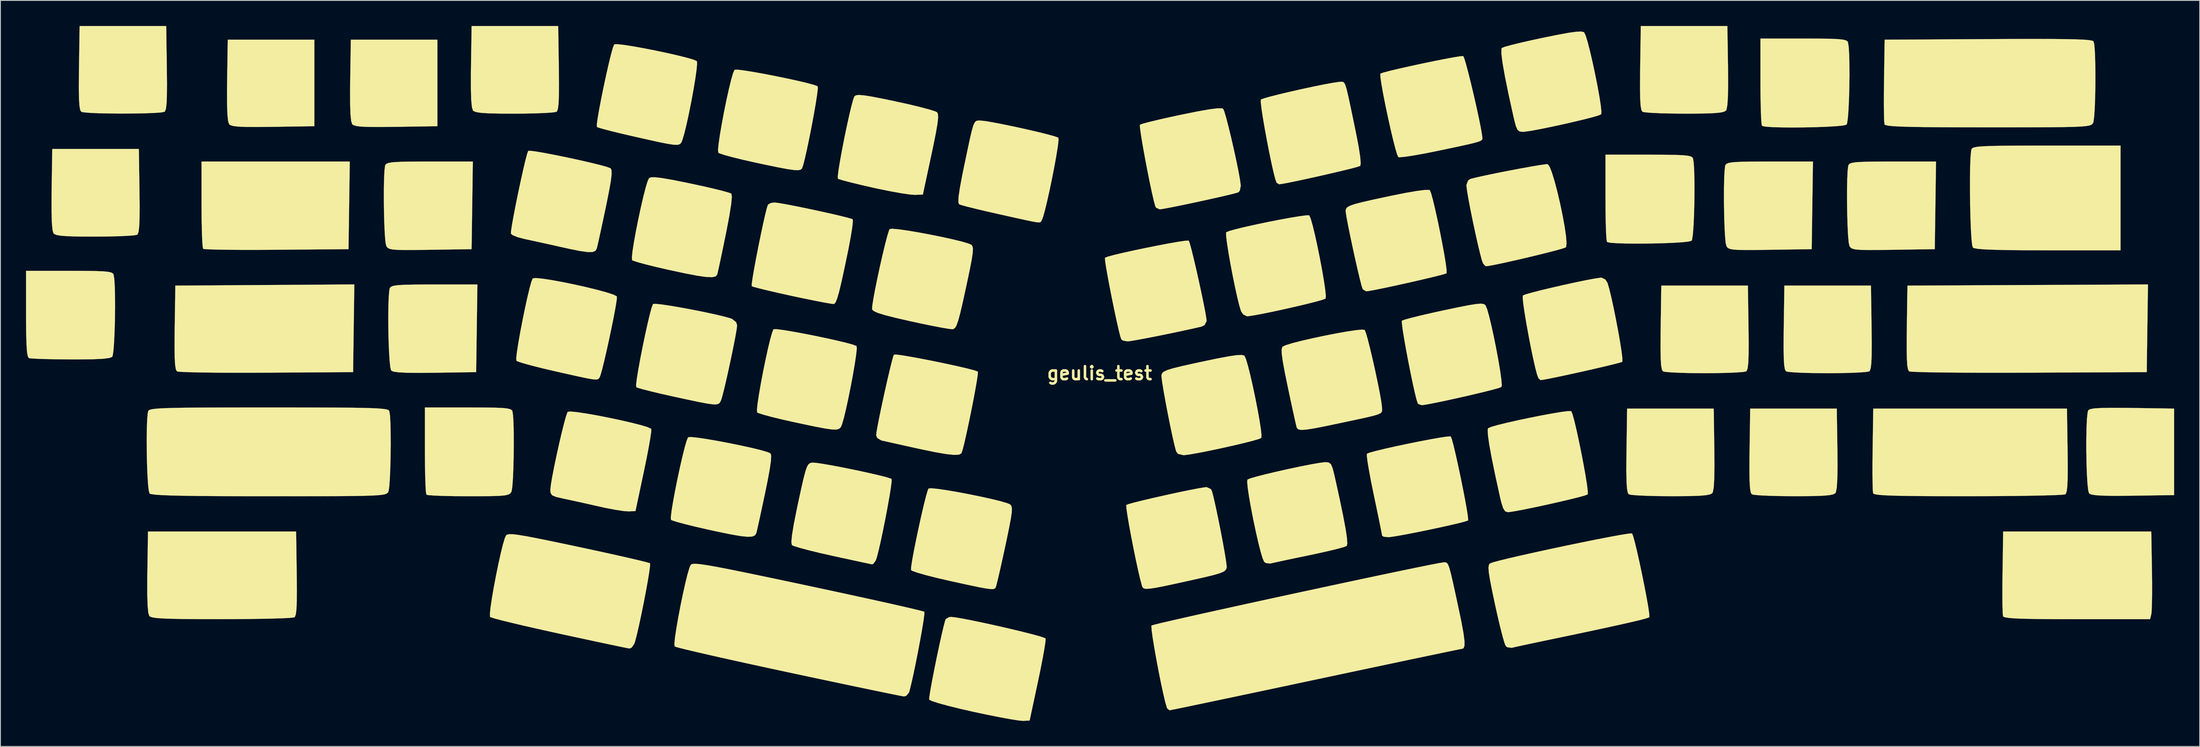
<source format=kicad_pcb>
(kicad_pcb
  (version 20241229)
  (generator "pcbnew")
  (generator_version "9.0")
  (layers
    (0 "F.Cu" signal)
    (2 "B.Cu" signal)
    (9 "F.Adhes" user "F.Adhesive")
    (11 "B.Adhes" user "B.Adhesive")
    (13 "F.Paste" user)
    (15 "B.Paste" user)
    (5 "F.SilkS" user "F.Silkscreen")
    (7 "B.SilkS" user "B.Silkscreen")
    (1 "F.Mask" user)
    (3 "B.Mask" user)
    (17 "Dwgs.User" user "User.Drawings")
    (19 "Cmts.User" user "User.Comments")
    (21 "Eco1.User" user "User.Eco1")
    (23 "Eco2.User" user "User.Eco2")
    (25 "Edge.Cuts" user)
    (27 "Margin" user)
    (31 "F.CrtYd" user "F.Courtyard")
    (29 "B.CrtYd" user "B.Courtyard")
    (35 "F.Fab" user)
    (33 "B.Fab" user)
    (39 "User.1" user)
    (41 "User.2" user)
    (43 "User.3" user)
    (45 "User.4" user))
  (footprint "geulis_test"
    (layer "F.Cu")
    (at 125.936 40.779)
    (property "Reference" "geulis_test" (at 0 0 0) (layer "F.SilkS") (effects (font (size 1.524 1.524) (thickness 0.3))))
    (attr through_hole)
    (fp_poly (pts (xy -92.108 -29.009) (xy -96.95 -28.937) (xy -98.747 -28.917) (xy -100.078 -28.924) (xy -101.014 -28.96) (xy -101.623 -29.031) (xy -101.974 -29.139) (xy -102.103 -29.239) (xy -102.227 -29.612) (xy -102.31 -30.403) (xy -102.351 -31.645) (xy -102.354 -33.372) (xy -102.342 -34.392) (xy -102.268 -39.169) (xy -92.108 -39.169) (xy -92.108 -29.009)) (stroke (width 0.01) (type solid)) (fill yes) (layer "F.SilkS"))
    (fp_poly (pts (xy -77.671 -29.009) (xy -82.512 -28.937) (xy -84.309 -28.917) (xy -85.64 -28.924) (xy -86.576 -28.96) (xy -87.185 -29.031) (xy -87.536 -29.139) (xy -87.666 -29.239) (xy -87.79 -29.612) (xy -87.872 -30.403) (xy -87.913 -31.645) (xy -87.916 -33.372) (xy -87.904 -34.392) (xy -87.831 -39.169) (xy -77.671 -39.169) (xy -77.671 -29.009)) (stroke (width 0.01) (type solid)) (fill yes) (layer "F.SilkS"))
    (fp_poly (pts (xy -88.098 -14.572) (xy -96.539 -14.501) (xy -98.612 -14.489) (xy -100.512 -14.489) (xy -102.174 -14.5) (xy -103.53 -14.521) (xy -104.517 -14.551) (xy -105.069 -14.59) (xy -105.161 -14.612) (xy -105.218 -14.925) (xy -105.268 -15.686) (xy -105.307 -16.809) (xy -105.334 -18.207) (xy -105.343 -19.793) (xy -105.343 -19.83) (xy -105.343 -24.865) (xy -87.953 -24.865) (xy -88.098 -14.572)) (stroke (width 0.01) (type solid)) (fill yes) (layer "F.SilkS"))
    (fp_poly (pts (xy -87.491 -5.284) (xy -87.563 -0.134) (xy -97.723 -0.069) (xy -100.011 -0.06) (xy -102.137 -0.063) (xy -104.04 -0.076) (xy -105.66 -0.098) (xy -106.934 -0.13) (xy -107.804 -0.169) (xy -108.208 -0.216) (xy -108.224 -0.222) (xy -108.349 -0.436) (xy -108.437 -0.928) (xy -108.489 -1.758) (xy -108.509 -2.984) (xy -108.5 -4.666) (xy -108.491 -5.367) (xy -108.418 -10.294) (xy -97.918 -10.364) (xy -87.418 -10.434) (xy -87.491 -5.284)) (stroke (width 0.01) (type solid)) (fill yes) (layer "F.SilkS"))
    (fp_poly (pts (xy 122.928 -5.283) (xy 122.856 -0.134) (xy 109.086 -0.07) (xy 106.416 -0.061) (xy 103.903 -0.061) (xy 101.599 -0.07) (xy 99.557 -0.085) (xy 97.826 -0.107) (xy 96.46 -0.136) (xy 95.508 -0.17) (xy 95.024 -0.209) (xy 94.976 -0.223) (xy 94.851 -0.436) (xy 94.763 -0.928) (xy 94.711 -1.758) (xy 94.691 -2.984) (xy 94.7 -4.665) (xy 94.709 -5.367) (xy 94.782 -10.294) (xy 108.892 -10.363) (xy 123.001 -10.432) (xy 122.928 -5.283)) (stroke (width 0.01) (type solid)) (fill yes) (layer "F.SilkS"))
    (fp_poly (pts (xy 123.467 23.127) (xy 123.484 24.674) (xy 123.482 26.069) (xy 123.463 27.209) (xy 123.429 27.99) (xy 123.395 28.274) (xy 123.247 28.876) (xy 114.688 28.876) (xy 112.215 28.871) (xy 110.232 28.857) (xy 108.69 28.831) (xy 107.545 28.791) (xy 106.751 28.736) (xy 106.26 28.664) (xy 106.027 28.573) (xy 105.997 28.533) (xy 105.958 28.165) (xy 105.932 27.355) (xy 105.92 26.196) (xy 105.923 24.78) (xy 105.938 23.386) (xy 106.012 18.582) (xy 123.391 18.582) (xy 123.467 23.127)) (stroke (width 0.01) (type solid)) (fill yes) (layer "F.SilkS"))
    (fp_poly (pts (xy 120.433 4.062) (xy 121.138 4.071) (xy 126.064 4.144) (xy 126.064 14.304) (xy 121.244 14.377) (xy 119.347 14.394) (xy 117.932 14.378) (xy 116.951 14.327) (xy 116.352 14.238) (xy 116.097 14.123) (xy 115.991 13.758) (xy 115.903 12.967) (xy 115.836 11.859) (xy 115.79 10.541) (xy 115.766 9.122) (xy 115.766 7.711) (xy 115.791 6.416) (xy 115.841 5.345) (xy 115.919 4.607) (xy 115.995 4.339) (xy 116.207 4.213) (xy 116.698 4.125) (xy 117.527 4.073) (xy 118.752 4.053) (xy 120.433 4.062)) (stroke (width 0.01) (type solid)) (fill yes) (layer "F.SilkS"))
    (fp_poly (pts (xy -112.623 -21.409) (xy -112.604 -19.556) (xy -112.614 -18.179) (xy -112.655 -17.218) (xy -112.73 -16.616) (xy -112.842 -16.313) (xy -112.89 -16.266) (xy -113.259 -16.195) (xy -114.068 -16.133) (xy -115.221 -16.085) (xy -116.623 -16.055) (xy -117.81 -16.046) (xy -119.578 -16.054) (xy -120.878 -16.085) (xy -121.778 -16.144) (xy -122.346 -16.235) (xy -122.647 -16.365) (xy -122.696 -16.411) (xy -122.819 -16.8) (xy -122.9 -17.635) (xy -122.94 -18.942) (xy -122.939 -20.746) (xy -122.929 -21.558) (xy -122.856 -26.336) (xy -112.696 -26.336) (xy -112.623 -21.409)) (stroke (width 0.01) (type solid)) (fill yes) (layer "F.SilkS"))
    (fp_poly (pts (xy -109.414 -35.847) (xy -109.396 -33.994) (xy -109.406 -32.617) (xy -109.446 -31.656) (xy -109.521 -31.054) (xy -109.633 -30.75) (xy -109.682 -30.704) (xy -110.067 -30.626) (xy -110.878 -30.566) (xy -112.003 -30.524) (xy -113.333 -30.5) (xy -114.759 -30.493) (xy -116.169 -30.504) (xy -117.456 -30.533) (xy -118.508 -30.58) (xy -119.216 -30.645) (xy -119.453 -30.704) (xy -119.579 -30.917) (xy -119.666 -31.408) (xy -119.719 -32.237) (xy -119.739 -33.462) (xy -119.73 -35.142) (xy -119.72 -35.847) (xy -119.647 -40.774) (xy -109.487 -40.774) (xy -109.414 -35.847)) (stroke (width 0.01) (type solid)) (fill yes) (layer "F.SilkS"))
    (fp_poly (pts (xy -63.427 -35.847) (xy -63.409 -33.994) (xy -63.418 -32.617) (xy -63.459 -31.656) (xy -63.534 -31.054) (xy -63.646 -30.75) (xy -63.694 -30.704) (xy -64.064 -30.633) (xy -64.872 -30.571) (xy -66.025 -30.523) (xy -67.427 -30.492) (xy -68.614 -30.484) (xy -70.382 -30.492) (xy -71.682 -30.523) (xy -72.582 -30.582) (xy -73.15 -30.673) (xy -73.452 -30.803) (xy -73.5 -30.849) (xy -73.623 -31.238) (xy -73.704 -32.073) (xy -73.744 -33.38) (xy -73.743 -35.184) (xy -73.733 -35.996) (xy -73.66 -40.774) (xy -63.5 -40.774) (xy -63.427 -35.847)) (stroke (width 0.01) (type solid)) (fill yes) (layer "F.SilkS"))
    (fp_poly (pts (xy 72.129 8.922) (xy 72.144 10.92) (xy 72.12 12.411) (xy 72.054 13.42) (xy 71.947 13.973) (xy 71.896 14.069) (xy 71.66 14.21) (xy 71.178 14.313) (xy 70.383 14.381) (xy 69.208 14.419) (xy 67.586 14.434) (xy 67.01 14.434) (xy 65.482 14.42) (xy 64.129 14.386) (xy 63.047 14.334) (xy 62.331 14.269) (xy 62.09 14.214) (xy 61.964 14.001) (xy 61.877 13.51) (xy 61.825 12.681) (xy 61.804 11.456) (xy 61.813 9.776) (xy 61.823 9.071) (xy 61.896 4.144) (xy 72.056 4.144) (xy 72.129 8.922)) (stroke (width 0.01) (type solid)) (fill yes) (layer "F.SilkS"))
    (fp_poly (pts (xy 73.733 -35.996) (xy 73.748 -33.998) (xy 73.724 -32.507) (xy 73.659 -31.498) (xy 73.551 -30.945) (xy 73.5 -30.849) (xy 73.264 -30.707) (xy 72.782 -30.605) (xy 71.988 -30.537) (xy 70.813 -30.499) (xy 69.19 -30.484) (xy 68.614 -30.484) (xy 67.086 -30.498) (xy 65.733 -30.532) (xy 64.651 -30.584) (xy 63.936 -30.649) (xy 63.694 -30.704) (xy 63.569 -30.917) (xy 63.481 -31.408) (xy 63.429 -32.237) (xy 63.409 -33.462) (xy 63.418 -35.142) (xy 63.427 -35.847) (xy 63.5 -40.774) (xy 73.66 -40.774) (xy 73.733 -35.996)) (stroke (width 0.01) (type solid)) (fill yes) (layer "F.SilkS"))
    (fp_poly (pts (xy 76.139 -5.367) (xy 76.158 -3.514) (xy 76.148 -2.137) (xy 76.107 -1.176) (xy 76.032 -0.574) (xy 75.92 -0.27) (xy 75.872 -0.224) (xy 75.502 -0.153) (xy 74.694 -0.091) (xy 73.542 -0.044) (xy 72.142 -0.015) (xy 70.986 -0.008) (xy 69.464 -0.02) (xy 68.117 -0.054) (xy 67.041 -0.105) (xy 66.333 -0.17) (xy 66.101 -0.224) (xy 65.975 -0.437) (xy 65.887 -0.928) (xy 65.835 -1.757) (xy 65.815 -2.982) (xy 65.824 -4.662) (xy 65.833 -5.367) (xy 65.906 -10.294) (xy 76.066 -10.294) (xy 76.139 -5.367)) (stroke (width 0.01) (type solid)) (fill yes) (layer "F.SilkS"))
    (fp_poly (pts (xy 86.567 8.922) (xy 86.582 10.92) (xy 86.558 12.411) (xy 86.492 13.42) (xy 86.385 13.973) (xy 86.334 14.069) (xy 86.098 14.21) (xy 85.616 14.313) (xy 84.821 14.381) (xy 83.646 14.419) (xy 82.024 14.434) (xy 81.448 14.434) (xy 79.919 14.42) (xy 78.567 14.386) (xy 77.485 14.334) (xy 76.769 14.269) (xy 76.528 14.214) (xy 76.402 14.001) (xy 76.315 13.51) (xy 76.263 12.681) (xy 76.242 11.456) (xy 76.251 9.776) (xy 76.261 9.071) (xy 76.334 4.144) (xy 86.494 4.144) (xy 86.567 8.922)) (stroke (width 0.01) (type solid)) (fill yes) (layer "F.SilkS"))
    (fp_poly (pts (xy 90.577 -5.367) (xy 90.596 -3.514) (xy 90.586 -2.137) (xy 90.545 -1.176) (xy 90.47 -0.574) (xy 90.358 -0.27) (xy 90.31 -0.224) (xy 89.94 -0.153) (xy 89.132 -0.091) (xy 87.98 -0.044) (xy 86.58 -0.015) (xy 85.424 -0.008) (xy 83.902 -0.02) (xy 82.555 -0.054) (xy 81.479 -0.105) (xy 80.771 -0.17) (xy 80.539 -0.224) (xy 80.413 -0.437) (xy 80.325 -0.928) (xy 80.273 -1.757) (xy 80.253 -2.982) (xy 80.262 -4.662) (xy 80.271 -5.367) (xy 80.344 -10.294) (xy 90.504 -10.294) (xy 90.577 -5.367)) (stroke (width 0.01) (type solid)) (fill yes) (layer "F.SilkS"))
    (fp_poly (pts (xy -73.053 -5.281) (xy -73.125 -0.134) (xy -77.945 -0.061) (xy -79.843 -0.044) (xy -81.257 -0.06) (xy -82.238 -0.111) (xy -82.838 -0.2) (xy -83.092 -0.315) (xy -83.193 -0.672) (xy -83.279 -1.455) (xy -83.349 -2.557) (xy -83.399 -3.868) (xy -83.43 -5.28) (xy -83.438 -6.685) (xy -83.421 -7.975) (xy -83.379 -9.042) (xy -83.309 -9.776) (xy -83.257 -10.004) (xy -83.137 -10.154) (xy -82.863 -10.264) (xy -82.364 -10.341) (xy -81.57 -10.39) (xy -80.41 -10.416) (xy -78.814 -10.427) (xy -78.037 -10.427) (xy -72.98 -10.427) (xy -73.053 -5.281)) (stroke (width 0.01) (type solid)) (fill yes) (layer "F.SilkS"))
    (fp_poly (pts (xy 83.553 -14.572) (xy 78.686 -14.499) (xy 76.958 -14.476) (xy 75.688 -14.472) (xy 74.8 -14.492) (xy 74.217 -14.544) (xy 73.862 -14.635) (xy 73.66 -14.771) (xy 73.539 -14.949) (xy 73.45 -15.377) (xy 73.376 -16.226) (xy 73.318 -17.381) (xy 73.278 -18.729) (xy 73.258 -20.155) (xy 73.258 -21.545) (xy 73.281 -22.786) (xy 73.327 -23.762) (xy 73.398 -24.361) (xy 73.421 -24.442) (xy 73.541 -24.592) (xy 73.815 -24.702) (xy 74.314 -24.779) (xy 75.108 -24.828) (xy 76.268 -24.854) (xy 77.864 -24.865) (xy 78.641 -24.865) (xy 83.698 -24.865) (xy 83.553 -14.572)) (stroke (width 0.01) (type solid)) (fill yes) (layer "F.SilkS"))
    (fp_poly (pts (xy 97.991 -14.572) (xy 93.124 -14.499) (xy 91.396 -14.476) (xy 90.126 -14.472) (xy 89.238 -14.492) (xy 88.655 -14.544) (xy 88.3 -14.635) (xy 88.098 -14.771) (xy 87.977 -14.949) (xy 87.888 -15.377) (xy 87.813 -16.226) (xy 87.756 -17.381) (xy 87.716 -18.729) (xy 87.696 -20.155) (xy 87.696 -21.545) (xy 87.719 -22.786) (xy 87.765 -23.762) (xy 87.836 -24.361) (xy 87.859 -24.442) (xy 87.979 -24.592) (xy 88.253 -24.702) (xy 88.752 -24.779) (xy 89.546 -24.828) (xy 90.706 -24.854) (xy 92.302 -24.865) (xy 93.079 -24.865) (xy 98.136 -24.865) (xy 97.991 -14.572)) (stroke (width 0.01) (type solid)) (fill yes) (layer "F.SilkS"))
    (fp_poly (pts (xy -73.587 -19.718) (xy -73.66 -14.572) (xy -78.527 -14.499) (xy -80.255 -14.476) (xy -81.525 -14.472) (xy -82.413 -14.492) (xy -82.996 -14.544) (xy -83.35 -14.635) (xy -83.552 -14.771) (xy -83.674 -14.949) (xy -83.763 -15.377) (xy -83.837 -16.226) (xy -83.895 -17.381) (xy -83.934 -18.729) (xy -83.955 -20.155) (xy -83.954 -21.545) (xy -83.932 -22.786) (xy -83.886 -23.762) (xy -83.815 -24.361) (xy -83.791 -24.442) (xy -83.672 -24.592) (xy -83.398 -24.702) (xy -82.899 -24.779) (xy -82.105 -24.828) (xy -80.945 -24.854) (xy -79.349 -24.865) (xy -78.572 -24.865) (xy -73.515 -24.865) (xy -73.587 -19.718)) (stroke (width 0.01) (type solid)) (fill yes) (layer "F.SilkS"))
    (fp_poly (pts (xy -94.174 23.509) (xy -94.156 25.362) (xy -94.166 26.739) (xy -94.206 27.7) (xy -94.281 28.302) (xy -94.393 28.605) (xy -94.442 28.652) (xy -94.785 28.706) (xy -95.596 28.755) (xy -96.804 28.798) (xy -98.342 28.832) (xy -100.141 28.857) (xy -102.134 28.87) (xy -102.971 28.872) (xy -105.362 28.869) (xy -107.271 28.856) (xy -108.749 28.831) (xy -109.849 28.792) (xy -110.621 28.736) (xy -111.119 28.661) (xy -111.394 28.565) (xy -111.466 28.507) (xy -111.59 28.118) (xy -111.67 27.283) (xy -111.71 25.976) (xy -111.71 24.172) (xy -111.699 23.36) (xy -111.626 18.582) (xy -94.247 18.582) (xy -94.174 23.509)) (stroke (width 0.01) (type solid)) (fill yes) (layer "F.SilkS"))
    (fp_poly (pts (xy 119.781 -14.438) (xy 111.279 -14.438) (xy 108.712 -14.444) (xy 106.643 -14.463) (xy 105.032 -14.496) (xy 103.844 -14.545) (xy 103.04 -14.611) (xy 102.583 -14.695) (xy 102.456 -14.759) (xy 102.365 -15.105) (xy 102.287 -15.889) (xy 102.221 -17.01) (xy 102.171 -18.371) (xy 102.136 -19.874) (xy 102.118 -21.421) (xy 102.119 -22.912) (xy 102.139 -24.251) (xy 102.181 -25.339) (xy 102.246 -26.077) (xy 102.297 -26.314) (xy 102.392 -26.431) (xy 102.611 -26.525) (xy 103.01 -26.598) (xy 103.642 -26.652) (xy 104.56 -26.69) (xy 105.818 -26.715) (xy 107.47 -26.73) (xy 109.57 -26.736) (xy 111.12 -26.737) (xy 119.781 -26.737) (xy 119.781 -14.438)) (stroke (width 0.01) (type solid)) (fill yes) (layer "F.SilkS"))
    (fp_poly (pts (xy 113.571 9.071) (xy 113.589 10.924) (xy 113.58 12.301) (xy 113.539 13.262) (xy 113.464 13.864) (xy 113.352 14.167) (xy 113.304 14.214) (xy 112.97 14.26) (xy 112.16 14.304) (xy 110.932 14.343) (xy 109.343 14.376) (xy 107.451 14.403) (xy 105.314 14.422) (xy 102.991 14.432) (xy 101.926 14.434) (xy 99.096 14.432) (xy 96.76 14.422) (xy 94.876 14.404) (xy 93.403 14.376) (xy 92.3 14.337) (xy 91.525 14.285) (xy 91.038 14.22) (xy 90.797 14.139) (xy 90.757 14.095) (xy 90.718 13.727) (xy 90.692 12.917) (xy 90.68 11.758) (xy 90.683 10.342) (xy 90.698 8.948) (xy 90.772 4.144) (xy 113.498 4.144) (xy 113.571 9.071)) (stroke (width 0.01) (type solid)) (fill yes) (layer "F.SilkS"))
    (fp_poly (pts (xy -119.09 -12.026) (xy -117.765 -12.007) (xy -116.834 -11.968) (xy -116.226 -11.903) (xy -115.871 -11.806) (xy -115.699 -11.673) (xy -115.665 -11.609) (xy -115.58 -11.115) (xy -115.523 -10.227) (xy -115.492 -9.054) (xy -115.486 -7.702) (xy -115.503 -6.282) (xy -115.542 -4.901) (xy -115.599 -3.666) (xy -115.674 -2.687) (xy -115.765 -2.072) (xy -115.824 -1.925) (xy -116.165 -1.793) (xy -116.908 -1.701) (xy -118.092 -1.645) (xy -119.754 -1.624) (xy -120.703 -1.625) (xy -122.228 -1.64) (xy -123.576 -1.667) (xy -124.652 -1.703) (xy -125.362 -1.746) (xy -125.596 -1.781) (xy -125.721 -1.975) (xy -125.813 -2.477) (xy -125.877 -3.339) (xy -125.914 -4.614) (xy -125.93 -6.356) (xy -125.931 -6.974) (xy -125.931 -12.032) (xy -120.879 -12.032) (xy -119.09 -12.026)) (stroke (width 0.01) (type solid)) (fill yes) (layer "F.SilkS"))
    (fp_poly (pts (xy 66.196 -25.662) (xy 67.521 -25.643) (xy 68.453 -25.603) (xy 69.06 -25.538) (xy 69.415 -25.442) (xy 69.588 -25.309) (xy 69.621 -25.244) (xy 69.706 -24.751) (xy 69.763 -23.863) (xy 69.794 -22.689) (xy 69.8 -21.338) (xy 69.783 -19.918) (xy 69.745 -18.536) (xy 69.687 -17.302) (xy 69.612 -16.323) (xy 69.521 -15.708) (xy 69.462 -15.561) (xy 69.11 -15.464) (xy 68.33 -15.381) (xy 67.231 -15.314) (xy 65.918 -15.264) (xy 64.498 -15.234) (xy 63.079 -15.223) (xy 61.766 -15.235) (xy 60.666 -15.27) (xy 59.887 -15.331) (xy 59.535 -15.418) (xy 59.534 -15.418) (xy 59.478 -15.73) (xy 59.429 -16.49) (xy 59.391 -17.611) (xy 59.365 -19.008) (xy 59.356 -20.595) (xy 59.356 -20.632) (xy 59.356 -25.667) (xy 64.407 -25.667) (xy 66.196 -25.662)) (stroke (width 0.01) (type solid)) (fill yes) (layer "F.SilkS"))
    (fp_poly (pts (xy 84.377 -39.298) (xy 85.702 -39.279) (xy 86.634 -39.239) (xy 87.241 -39.174) (xy 87.596 -39.078) (xy 87.769 -38.945) (xy 87.802 -38.88) (xy 87.887 -38.387) (xy 87.944 -37.499) (xy 87.975 -36.325) (xy 87.981 -34.974) (xy 87.964 -33.554) (xy 87.926 -32.172) (xy 87.868 -30.938) (xy 87.793 -29.959) (xy 87.702 -29.344) (xy 87.643 -29.197) (xy 87.291 -29.099) (xy 86.511 -29.017) (xy 85.412 -28.95) (xy 84.099 -28.9) (xy 82.679 -28.869) (xy 81.26 -28.859) (xy 79.947 -28.871) (xy 78.847 -28.906) (xy 78.068 -28.967) (xy 77.716 -29.054) (xy 77.715 -29.054) (xy 77.659 -29.366) (xy 77.61 -30.125) (xy 77.572 -31.247) (xy 77.546 -32.644) (xy 77.537 -34.23) (xy 77.537 -34.268) (xy 77.537 -39.303) (xy 82.588 -39.303) (xy 84.377 -39.298)) (stroke (width 0.01) (type solid)) (fill yes) (layer "F.SilkS"))
    (fp_poly (pts (xy -72.3 4.016) (xy -70.975 4.035) (xy -70.044 4.074) (xy -69.437 4.139) (xy -69.082 4.236) (xy -68.909 4.369) (xy -68.876 4.433) (xy -68.799 4.911) (xy -68.746 5.796) (xy -68.718 6.976) (xy -68.711 8.336) (xy -68.726 9.763) (xy -68.76 11.142) (xy -68.812 12.359) (xy -68.881 13.301) (xy -68.965 13.853) (xy -68.99 13.921) (xy -69.123 14.106) (xy -69.345 14.241) (xy -69.733 14.334) (xy -70.365 14.392) (xy -71.317 14.423) (xy -72.667 14.436) (xy -74.026 14.438) (xy -75.57 14.428) (xy -76.925 14.402) (xy -78.002 14.361) (xy -78.712 14.311) (xy -78.963 14.26) (xy -79.019 13.948) (xy -79.068 13.188) (xy -79.106 12.067) (xy -79.132 10.669) (xy -79.141 9.083) (xy -79.141 9.046) (xy -79.141 4.011) (xy -74.09 4.011) (xy -72.3 4.016)) (stroke (width 0.01) (type solid)) (fill yes) (layer "F.SilkS"))
    (fp_poly (pts (xy -61.29 4.563) (xy -60.221 4.722) (xy -58.941 4.947) (xy -57.554 5.218) (xy -56.162 5.514) (xy -54.868 5.812) (xy -53.773 6.093) (xy -52.982 6.335) (xy -52.597 6.517) (xy -52.578 6.543) (xy -52.592 6.894) (xy -52.707 7.677) (xy -52.905 8.802) (xy -53.17 10.178) (xy -53.446 11.514) (xy -54.433 16.176) (xy -55.223 16.219) (xy -55.818 16.178) (xy -56.777 16.033) (xy -57.945 15.81) (xy -58.687 15.647) (xy -60.026 15.343) (xy -61.366 15.046) (xy -62.495 14.801) (xy -62.898 14.716) (xy -63.762 14.517) (xy -64.222 14.32) (xy -64.401 14.04) (xy -64.425 13.684) (xy -64.364 13.108) (xy -64.206 12.173) (xy -63.975 10.984) (xy -63.696 9.65) (xy -63.393 8.278) (xy -63.088 6.976) (xy -62.808 5.851) (xy -62.574 5.011) (xy -62.412 4.565) (xy -62.387 4.528) (xy -62.046 4.491) (xy -61.29 4.563)) (stroke (width 0.01) (type solid)) (fill yes) (layer "F.SilkS"))
    (fp_poly (pts (xy -27.636 -32.634) (xy -26.735 -32.49) (xy -25.449 -32.241) (xy -23.929 -31.925) (xy -22.422 -31.592) (xy -21.086 -31.272) (xy -20.015 -30.987) (xy -19.302 -30.764) (xy -19.051 -30.646) (xy -18.949 -30.425) (xy -18.933 -29.989) (xy -19.013 -29.271) (xy -19.197 -28.205) (xy -19.494 -26.723) (xy -19.72 -25.659) (xy -20.721 -20.988) (xy -21.657 -20.947) (xy -22.247 -20.99) (xy -23.237 -21.136) (xy -24.509 -21.365) (xy -25.942 -21.656) (xy -26.554 -21.789) (xy -27.943 -22.108) (xy -29.144 -22.399) (xy -30.059 -22.639) (xy -30.595 -22.802) (xy -30.691 -22.848) (xy -30.701 -23.158) (xy -30.61 -23.887) (xy -30.44 -24.932) (xy -30.211 -26.191) (xy -29.944 -27.562) (xy -29.659 -28.943) (xy -29.376 -30.23) (xy -29.117 -31.323) (xy -28.902 -32.119) (xy -28.75 -32.515) (xy -28.747 -32.519) (xy -28.57 -32.639) (xy -28.224 -32.68) (xy -27.636 -32.634)) (stroke (width 0.01) (type solid)) (fill yes) (layer "F.SilkS"))
    (fp_poly (pts (xy -16.898 28.663) (xy -15.988 28.818) (xy -14.796 29.052) (xy -13.415 29.343) (xy -11.939 29.669) (xy -10.463 30.009) (xy -9.079 30.341) (xy -7.883 30.644) (xy -6.967 30.897) (xy -6.427 31.078) (xy -6.323 31.142) (xy -6.338 31.493) (xy -6.453 32.277) (xy -6.653 33.402) (xy -6.921 34.778) (xy -7.199 36.114) (xy -8.195 40.774) (xy -8.977 40.813) (xy -9.478 40.77) (xy -10.404 40.624) (xy -11.658 40.395) (xy -13.145 40.099) (xy -14.767 39.755) (xy -14.817 39.744) (xy -16.389 39.385) (xy -17.772 39.041) (xy -18.886 38.735) (xy -19.647 38.49) (xy -19.975 38.328) (xy -19.981 38.318) (xy -19.958 37.974) (xy -19.84 37.214) (xy -19.646 36.144) (xy -19.4 34.869) (xy -19.122 33.495) (xy -18.834 32.128) (xy -18.558 30.873) (xy -18.316 29.836) (xy -18.13 29.123) (xy -18.034 28.854) (xy -17.665 28.638) (xy -17.43 28.607) (xy -16.898 28.663)) (stroke (width 0.01) (type solid)) (fill yes) (layer "F.SilkS"))
    (fp_poly (pts (xy 55.332 4.443) (xy 55.343 4.451) (xy 55.49 4.805) (xy 55.701 5.569) (xy 55.956 6.642) (xy 56.235 7.921) (xy 56.517 9.304) (xy 56.784 10.69) (xy 57.013 11.975) (xy 57.186 13.057) (xy 57.282 13.836) (xy 57.281 14.208) (xy 57.273 14.221) (xy 56.953 14.345) (xy 56.213 14.551) (xy 55.159 14.814) (xy 53.896 15.111) (xy 52.53 15.419) (xy 51.165 15.714) (xy 49.907 15.973) (xy 48.862 16.172) (xy 48.133 16.289) (xy 47.893 16.309) (xy 47.592 16.21) (xy 47.352 15.842) (xy 47.121 15.104) (xy 46.979 14.505) (xy 46.421 11.948) (xy 46.001 9.894) (xy 45.717 8.329) (xy 45.565 7.24) (xy 45.545 6.612) (xy 45.599 6.446) (xy 45.958 6.292) (xy 46.726 6.072) (xy 47.799 5.808) (xy 49.077 5.519) (xy 50.457 5.226) (xy 51.839 4.951) (xy 53.119 4.715) (xy 54.195 4.537) (xy 54.967 4.44) (xy 55.332 4.443)) (stroke (width 0.01) (type solid)) (fill yes) (layer "F.SilkS"))
    (fp_poly (pts (xy 56.821 -40.054) (xy 56.861 -40.021) (xy 57.037 -39.645) (xy 57.275 -38.863) (xy 57.553 -37.778) (xy 57.851 -36.495) (xy 58.146 -35.115) (xy 58.419 -33.744) (xy 58.646 -32.483) (xy 58.808 -31.436) (xy 58.881 -30.707) (xy 58.851 -30.403) (xy 58.514 -30.264) (xy 57.76 -30.046) (xy 56.695 -29.774) (xy 55.427 -29.473) (xy 54.064 -29.165) (xy 52.712 -28.876) (xy 51.479 -28.628) (xy 50.473 -28.447) (xy 49.801 -28.356) (xy 49.685 -28.35) (xy 49.3 -28.385) (xy 49.041 -28.579) (xy 48.838 -29.046) (xy 48.62 -29.899) (xy 48.563 -30.146) (xy 47.993 -32.738) (xy 47.566 -34.835) (xy 47.284 -36.431) (xy 47.146 -37.524) (xy 47.154 -38.107) (xy 47.196 -38.196) (xy 47.533 -38.329) (xy 48.303 -38.544) (xy 49.417 -38.818) (xy 50.781 -39.128) (xy 52.003 -39.39) (xy 53.755 -39.745) (xy 55.049 -39.981) (xy 55.95 -40.106) (xy 56.52 -40.127) (xy 56.821 -40.054)) (stroke (width 0.01) (type solid)) (fill yes) (layer "F.SilkS"))
    (fp_poly (pts (xy -51.327 -22.921) (xy -50.157 -22.719) (xy -48.55 -22.399) (xy -47.993 -22.284) (xy -46.491 -21.959) (xy -45.168 -21.653) (xy -44.114 -21.388) (xy -43.42 -21.187) (xy -43.185 -21.086) (xy -43.13 -20.715) (xy -43.21 -19.846) (xy -43.422 -18.501) (xy -43.764 -16.699) (xy -43.831 -16.368) (xy -44.137 -14.873) (xy -44.414 -13.55) (xy -44.64 -12.493) (xy -44.797 -11.795) (xy -44.857 -11.564) (xy -45.039 -11.368) (xy -45.447 -11.281) (xy -46.14 -11.307) (xy -47.173 -11.454) (xy -48.605 -11.727) (xy -50.493 -12.132) (xy -50.624 -12.161) (xy -52.021 -12.483) (xy -53.235 -12.785) (xy -54.169 -13.041) (xy -54.726 -13.226) (xy -54.831 -13.282) (xy -54.858 -13.612) (xy -54.779 -14.358) (xy -54.613 -15.417) (xy -54.383 -16.686) (xy -54.11 -18.06) (xy -53.815 -19.438) (xy -53.519 -20.716) (xy -53.244 -21.791) (xy -53.011 -22.559) (xy -52.846 -22.913) (xy -52.608 -23.01) (xy -52.123 -23.016) (xy -51.327 -22.921)) (stroke (width 0.01) (type solid)) (fill yes) (layer "F.SilkS"))
    (fp_poly (pts (xy -47.184 7.558) (xy -46.124 7.715) (xy -44.853 7.933) (xy -43.475 8.194) (xy -42.093 8.476) (xy -40.81 8.759) (xy -39.729 9.023) (xy -38.954 9.248) (xy -38.603 9.4) (xy -38.517 9.669) (xy -38.545 10.289) (xy -38.692 11.305) (xy -38.964 12.764) (xy -39.212 13.974) (xy -39.526 15.459) (xy -39.811 16.784) (xy -40.045 17.85) (xy -40.207 18.557) (xy -40.265 18.783) (xy -40.416 19.028) (xy -40.728 19.169) (xy -41.265 19.2) (xy -42.091 19.117) (xy -43.268 18.914) (xy -44.861 18.586) (xy -46.078 18.319) (xy -47.474 17.998) (xy -48.685 17.698) (xy -49.615 17.444) (xy -50.166 17.263) (xy -50.269 17.208) (xy -50.287 16.885) (xy -50.2 16.145) (xy -50.029 15.091) (xy -49.795 13.825) (xy -49.52 12.449) (xy -49.224 11.067) (xy -48.93 9.78) (xy -48.658 8.691) (xy -48.429 7.903) (xy -48.266 7.518) (xy -48.258 7.51) (xy -47.93 7.483) (xy -47.184 7.558)) (stroke (width 0.01) (type solid)) (fill yes) (layer "F.SilkS"))
    (fp_poly (pts (xy 26.889 10.473) (xy 27.146 10.669) (xy 27.348 11.14) (xy 27.565 11.999) (xy 27.618 12.232) (xy 28.164 14.713) (xy 28.577 16.704) (xy 28.863 18.229) (xy 29.026 19.316) (xy 29.07 19.99) (xy 29.003 20.275) (xy 28.663 20.407) (xy 27.894 20.619) (xy 26.792 20.886) (xy 25.453 21.185) (xy 24.598 21.366) (xy 23.149 21.667) (xy 21.865 21.937) (xy 20.846 22.157) (xy 20.193 22.303) (xy 20.024 22.346) (xy 19.499 22.278) (xy 19.314 22.131) (xy 19.133 21.721) (xy 18.893 20.913) (xy 18.615 19.809) (xy 18.321 18.512) (xy 18.03 17.126) (xy 17.764 15.755) (xy 17.544 14.5) (xy 17.391 13.467) (xy 17.325 12.757) (xy 17.358 12.48) (xy 17.699 12.338) (xy 18.458 12.118) (xy 19.526 11.845) (xy 20.797 11.543) (xy 22.162 11.236) (xy 23.514 10.949) (xy 24.745 10.705) (xy 25.748 10.528) (xy 26.415 10.442) (xy 26.507 10.438) (xy 26.889 10.473)) (stroke (width 0.01) (type solid)) (fill yes) (layer "F.SilkS"))
    (fp_poly (pts (xy -41.76 -35.565) (xy -40.709 -35.399) (xy -39.444 -35.173) (xy -38.067 -34.907) (xy -36.679 -34.622) (xy -35.384 -34.338) (xy -34.283 -34.076) (xy -33.479 -33.855) (xy -33.073 -33.698) (xy -33.057 -33.685) (xy -33.049 -33.382) (xy -33.136 -32.659) (xy -33.298 -31.619) (xy -33.517 -30.363) (xy -33.772 -28.994) (xy -34.044 -27.615) (xy -34.313 -26.327) (xy -34.56 -25.233) (xy -34.764 -24.436) (xy -34.906 -24.04) (xy -35.055 -23.906) (xy -35.34 -23.844) (xy -35.831 -23.863) (xy -36.595 -23.972) (xy -37.703 -24.179) (xy -39.223 -24.493) (xy -40.334 -24.731) (xy -41.761 -25.052) (xy -43.009 -25.358) (xy -43.981 -25.624) (xy -44.581 -25.823) (xy -44.719 -25.896) (xy -44.75 -26.228) (xy -44.678 -26.978) (xy -44.523 -28.042) (xy -44.305 -29.317) (xy -44.045 -30.7) (xy -43.762 -32.089) (xy -43.477 -33.379) (xy -43.21 -34.469) (xy -42.982 -35.255) (xy -42.812 -35.634) (xy -42.81 -35.636) (xy -42.494 -35.651) (xy -41.76 -35.565)) (stroke (width 0.01) (type solid)) (fill yes) (layer "F.SilkS"))
    (fp_poly (pts (xy -23.528 -16.9) (xy -22.465 -16.748) (xy -21.193 -16.533) (xy -19.817 -16.276) (xy -18.44 -15.997) (xy -17.166 -15.715) (xy -16.099 -15.451) (xy -15.344 -15.225) (xy -15.033 -15.086) (xy -14.905 -14.924) (xy -14.849 -14.627) (xy -14.875 -14.123) (xy -14.992 -13.34) (xy -15.21 -12.206) (xy -15.537 -10.647) (xy -15.675 -10.005) (xy -16.051 -8.295) (xy -16.344 -7.04) (xy -16.579 -6.171) (xy -16.776 -5.619) (xy -16.959 -5.315) (xy -17.151 -5.19) (xy -17.246 -5.174) (xy -17.677 -5.216) (xy -18.53 -5.36) (xy -19.706 -5.586) (xy -21.106 -5.876) (xy -22.188 -6.111) (xy -23.933 -6.512) (xy -25.203 -6.837) (xy -26.049 -7.104) (xy -26.524 -7.329) (xy -26.678 -7.51) (xy -26.654 -7.931) (xy -26.526 -8.754) (xy -26.319 -9.869) (xy -26.054 -11.172) (xy -25.757 -12.556) (xy -25.449 -13.913) (xy -25.155 -15.136) (xy -24.897 -16.12) (xy -24.699 -16.757) (xy -24.612 -16.937) (xy -24.278 -16.97) (xy -23.528 -16.9)) (stroke (width 0.01) (type solid)) (fill yes) (layer "F.SilkS"))
    (fp_poly (pts (xy 10.472 -15.57) (xy 10.591 -15.255) (xy 10.792 -14.52) (xy 11.052 -13.47) (xy 11.347 -12.209) (xy 11.654 -10.843) (xy 11.95 -9.475) (xy 12.212 -8.211) (xy 12.417 -7.155) (xy 12.54 -6.412) (xy 12.566 -6.139) (xy 12.329 -5.656) (xy 11.965 -5.48) (xy 10.885 -5.232) (xy 9.585 -4.949) (xy 8.173 -4.652) (xy 6.758 -4.365) (xy 5.451 -4.109) (xy 4.361 -3.906) (xy 3.596 -3.777) (xy 3.295 -3.743) (xy 2.764 -3.838) (xy 2.561 -3.977) (xy 2.437 -4.346) (xy 2.243 -5.118) (xy 2 -6.19) (xy 1.729 -7.462) (xy 1.449 -8.83) (xy 1.181 -10.194) (xy 0.946 -11.45) (xy 0.763 -12.498) (xy 0.654 -13.235) (xy 0.638 -13.56) (xy 0.641 -13.564) (xy 0.971 -13.695) (xy 1.714 -13.896) (xy 2.77 -14.148) (xy 4.039 -14.429) (xy 5.418 -14.719) (xy 6.807 -14.997) (xy 8.105 -15.243) (xy 9.211 -15.436) (xy 10.023 -15.556) (xy 10.441 -15.581) (xy 10.472 -15.57)) (stroke (width 0.01) (type solid)) (fill yes) (layer "F.SilkS"))
    (fp_poly (pts (xy 14.367 -31.109) (xy 14.508 -31.052) (xy 14.651 -30.712) (xy 14.873 -29.956) (xy 15.149 -28.892) (xy 15.455 -27.627) (xy 15.766 -26.271) (xy 16.057 -24.931) (xy 16.304 -23.715) (xy 16.482 -22.731) (xy 16.567 -22.088) (xy 16.57 -22.007) (xy 16.468 -21.469) (xy 16.313 -21.258) (xy 15.974 -21.15) (xy 15.217 -20.96) (xy 14.15 -20.71) (xy 12.882 -20.425) (xy 11.517 -20.127) (xy 10.165 -19.839) (xy 8.932 -19.586) (xy 7.925 -19.389) (xy 7.251 -19.272) (xy 7.048 -19.251) (xy 6.633 -19.449) (xy 6.555 -19.585) (xy 6.382 -20.207) (xy 6.158 -21.175) (xy 5.9 -22.386) (xy 5.628 -23.739) (xy 5.362 -25.132) (xy 5.12 -26.464) (xy 4.921 -27.634) (xy 4.786 -28.539) (xy 4.732 -29.078) (xy 4.744 -29.181) (xy 5.061 -29.301) (xy 5.814 -29.504) (xy 6.915 -29.771) (xy 8.274 -30.079) (xy 9.587 -30.361) (xy 11.47 -30.742) (xy 12.871 -30.99) (xy 13.825 -31.111) (xy 14.367 -31.109)) (stroke (width 0.01) (type solid)) (fill yes) (layer "F.SilkS"))
    (fp_poly (pts (xy 16.963 -2.089) (xy 17.008 -2.054) (xy 17.179 -1.675) (xy 17.412 -0.891) (xy 17.686 0.196) (xy 17.98 1.482) (xy 18.272 2.863) (xy 18.542 4.237) (xy 18.768 5.501) (xy 18.93 6.551) (xy 19.006 7.285) (xy 18.979 7.596) (xy 18.642 7.735) (xy 17.888 7.951) (xy 16.824 8.22) (xy 15.557 8.518) (xy 14.195 8.821) (xy 12.846 9.106) (xy 11.618 9.349) (xy 10.617 9.526) (xy 9.951 9.613) (xy 9.844 9.618) (xy 9.204 9.456) (xy 8.983 9.157) (xy 8.797 8.451) (xy 8.56 7.411) (xy 8.294 6.15) (xy 8.02 4.779) (xy 7.759 3.409) (xy 7.534 2.154) (xy 7.365 1.124) (xy 7.275 0.433) (xy 7.268 0.217) (xy 7.342 0.000094) (xy 7.544 -0.19) (xy 7.944 -0.376) (xy 8.615 -0.583) (xy 9.628 -0.835) (xy 11.054 -1.154) (xy 12.032 -1.365) (xy 13.815 -1.738) (xy 15.141 -1.988) (xy 16.067 -2.125) (xy 16.654 -2.156) (xy 16.963 -2.089)) (stroke (width 0.01) (type solid)) (fill yes) (layer "F.SilkS"))
    (fp_poly (pts (xy 24.611 -18.534) (xy 24.775 -18.163) (xy 24.999 -17.385) (xy 25.263 -16.3) (xy 25.546 -15.012) (xy 25.829 -13.625) (xy 26.091 -12.239) (xy 26.312 -10.959) (xy 26.472 -9.887) (xy 26.551 -9.125) (xy 26.529 -8.777) (xy 26.526 -8.772) (xy 26.197 -8.64) (xy 25.451 -8.427) (xy 24.393 -8.158) (xy 23.13 -7.857) (xy 21.768 -7.547) (xy 20.415 -7.252) (xy 19.175 -6.998) (xy 18.157 -6.807) (xy 17.466 -6.703) (xy 17.305 -6.692) (xy 16.854 -6.909) (xy 16.605 -7.286) (xy 16.404 -7.944) (xy 16.16 -8.936) (xy 15.891 -10.159) (xy 15.616 -11.508) (xy 15.356 -12.88) (xy 15.13 -14.172) (xy 14.957 -15.279) (xy 14.857 -16.097) (xy 14.849 -16.524) (xy 14.864 -16.557) (xy 15.219 -16.705) (xy 15.984 -16.92) (xy 17.056 -17.18) (xy 18.333 -17.465) (xy 19.713 -17.755) (xy 21.095 -18.027) (xy 22.376 -18.263) (xy 23.455 -18.441) (xy 24.23 -18.541) (xy 24.599 -18.542) (xy 24.611 -18.534)) (stroke (width 0.01) (type solid)) (fill yes) (layer "F.SilkS"))
    (fp_poly (pts (xy 41.209 7.421) (xy 41.337 7.749) (xy 41.537 8.491) (xy 41.788 9.547) (xy 42.07 10.815) (xy 42.362 12.194) (xy 42.644 13.585) (xy 42.894 14.885) (xy 43.092 15.996) (xy 43.217 16.815) (xy 43.248 17.241) (xy 43.237 17.277) (xy 42.921 17.394) (xy 42.184 17.588) (xy 41.132 17.836) (xy 39.871 18.116) (xy 38.506 18.407) (xy 37.142 18.685) (xy 35.886 18.929) (xy 34.842 19.116) (xy 34.115 19.225) (xy 33.889 19.243) (xy 33.355 19.192) (xy 33.154 19.07) (xy 33.101 18.762) (xy 32.954 18.019) (xy 32.732 16.927) (xy 32.451 15.576) (xy 32.174 14.257) (xy 31.867 12.752) (xy 31.62 11.431) (xy 31.446 10.381) (xy 31.361 9.69) (xy 31.37 9.448) (xy 31.701 9.315) (xy 32.446 9.11) (xy 33.504 8.855) (xy 34.772 8.571) (xy 36.152 8.278) (xy 37.541 7.997) (xy 38.84 7.749) (xy 39.946 7.554) (xy 40.759 7.434) (xy 41.178 7.41) (xy 41.209 7.421)) (stroke (width 0.01) (type solid)) (fill yes) (layer "F.SilkS"))
    (fp_poly (pts (xy 52.8 -24.269) (xy 53.079 -23.56) (xy 53.394 -22.528) (xy 53.723 -21.273) (xy 54.044 -19.899) (xy 54.334 -18.508) (xy 54.57 -17.201) (xy 54.731 -16.082) (xy 54.793 -15.253) (xy 54.735 -14.815) (xy 54.718 -14.793) (xy 54.407 -14.672) (xy 53.676 -14.463) (xy 52.632 -14.19) (xy 51.378 -13.878) (xy 50.017 -13.551) (xy 48.656 -13.236) (xy 47.397 -12.955) (xy 46.344 -12.734) (xy 45.603 -12.598) (xy 45.32 -12.566) (xy 45.123 -12.745) (xy 44.996 -12.901) (xy 44.86 -13.264) (xy 44.651 -14.045) (xy 44.39 -15.133) (xy 44.101 -16.419) (xy 43.807 -17.794) (xy 43.532 -19.15) (xy 43.298 -20.377) (xy 43.129 -21.365) (xy 43.047 -22.006) (xy 43.043 -22.107) (xy 43.236 -22.632) (xy 43.514 -22.822) (xy 44.259 -23.008) (xy 45.323 -23.243) (xy 46.597 -23.508) (xy 47.974 -23.78) (xy 49.344 -24.041) (xy 50.6 -24.268) (xy 51.632 -24.441) (xy 52.334 -24.54) (xy 52.58 -24.552) (xy 52.8 -24.269)) (stroke (width 0.01) (type solid)) (fill yes) (layer "F.SilkS"))
    (fp_poly (pts (xy 59.345 -11.005) (xy 59.589 -10.628) (xy 59.79 -9.956) (xy 60.035 -8.953) (xy 60.304 -7.724) (xy 60.579 -6.371) (xy 60.839 -4.998) (xy 61.065 -3.708) (xy 61.238 -2.606) (xy 61.338 -1.795) (xy 61.346 -1.378) (xy 61.332 -1.349) (xy 61.034 -1.247) (xy 60.314 -1.059) (xy 59.277 -0.807) (xy 58.024 -0.514) (xy 56.658 -0.204) (xy 55.283 0.1) (xy 54 0.376) (xy 52.913 0.6) (xy 52.123 0.75) (xy 51.741 0.802) (xy 51.523 0.617) (xy 51.483 0.558) (xy 51.324 0.126) (xy 51.109 -0.7) (xy 50.857 -1.817) (xy 50.587 -3.121) (xy 50.319 -4.511) (xy 50.071 -5.883) (xy 49.864 -7.135) (xy 49.716 -8.163) (xy 49.647 -8.866) (xy 49.668 -9.135) (xy 49.996 -9.267) (xy 50.742 -9.48) (xy 51.799 -9.751) (xy 53.061 -10.054) (xy 54.422 -10.366) (xy 55.774 -10.662) (xy 57.012 -10.919) (xy 58.03 -11.112) (xy 58.72 -11.217) (xy 58.895 -11.229) (xy 59.345 -11.005)) (stroke (width 0.01) (type solid)) (fill yes) (layer "F.SilkS"))
    (fp_poly (pts (xy -65.37 -11.114) (xy -64.294 -10.95) (xy -63.008 -10.715) (xy -61.616 -10.429) (xy -60.22 -10.117) (xy -58.922 -9.799) (xy -57.823 -9.498) (xy -57.027 -9.236) (xy -56.635 -9.036) (xy -56.615 -9.005) (xy -56.633 -8.647) (xy -56.753 -7.876) (xy -56.952 -6.796) (xy -57.207 -5.514) (xy -57.496 -4.136) (xy -57.796 -2.768) (xy -58.085 -1.515) (xy -58.34 -0.484) (xy -58.538 0.219) (xy -58.636 0.468) (xy -58.734 0.612) (xy -58.861 0.706) (xy -59.089 0.74) (xy -59.493 0.703) (xy -60.144 0.588) (xy -61.116 0.382) (xy -62.482 0.078) (xy -63.827 -0.225) (xy -65.289 -0.567) (xy -66.571 -0.89) (xy -67.579 -1.169) (xy -68.223 -1.378) (xy -68.406 -1.471) (xy -68.422 -1.795) (xy -68.337 -2.537) (xy -68.172 -3.593) (xy -67.948 -4.861) (xy -67.684 -6.237) (xy -67.401 -7.619) (xy -67.12 -8.902) (xy -66.861 -9.985) (xy -66.644 -10.763) (xy -66.491 -11.134) (xy -66.486 -11.139) (xy -66.135 -11.185) (xy -65.37 -11.114)) (stroke (width 0.01) (type solid)) (fill yes) (layer "F.SilkS"))
    (fp_poly (pts (xy -55.861 -38.567) (xy -54.804 -38.403) (xy -53.536 -38.176) (xy -52.159 -37.907) (xy -50.775 -37.615) (xy -49.489 -37.323) (xy -48.402 -37.05) (xy -47.617 -36.819) (xy -47.237 -36.649) (xy -47.234 -36.646) (xy -47.206 -36.319) (xy -47.277 -35.574) (xy -47.428 -34.516) (xy -47.639 -33.248) (xy -47.892 -31.875) (xy -48.166 -30.501) (xy -48.444 -29.228) (xy -48.704 -28.163) (xy -48.93 -27.407) (xy -48.955 -27.338) (xy -49.063 -27.085) (xy -49.213 -26.913) (xy -49.477 -26.826) (xy -49.925 -26.832) (xy -50.629 -26.935) (xy -51.658 -27.14) (xy -53.085 -27.454) (xy -54.461 -27.764) (xy -55.915 -28.101) (xy -57.182 -28.409) (xy -58.172 -28.667) (xy -58.795 -28.85) (xy -58.964 -28.922) (xy -58.969 -29.231) (xy -58.871 -29.959) (xy -58.691 -31.002) (xy -58.451 -32.26) (xy -58.173 -33.631) (xy -57.876 -35.011) (xy -57.584 -36.301) (xy -57.317 -37.397) (xy -57.097 -38.197) (xy -56.944 -38.601) (xy -56.93 -38.619) (xy -56.604 -38.645) (xy -55.861 -38.567)) (stroke (width 0.01) (type solid)) (fill yes) (layer "F.SilkS"))
    (fp_poly (pts (xy -51.332 -8.076) (xy -50.289 -7.92) (xy -49.035 -7.705) (xy -47.674 -7.451) (xy -46.31 -7.177) (xy -45.046 -6.904) (xy -43.987 -6.649) (xy -43.235 -6.434) (xy -43.113 -6.391) (xy -42.631 -6.004) (xy -42.512 -5.634) (xy -42.569 -5.147) (xy -42.724 -4.259) (xy -42.952 -3.088) (xy -43.227 -1.755) (xy -43.523 -0.377) (xy -43.816 0.926) (xy -44.079 2.035) (xy -44.287 2.83) (xy -44.388 3.142) (xy -44.503 3.393) (xy -44.656 3.564) (xy -44.918 3.651) (xy -45.362 3.649) (xy -46.058 3.553) (xy -47.079 3.357) (xy -48.497 3.057) (xy -49.864 2.76) (xy -51.314 2.436) (xy -52.579 2.135) (xy -53.568 1.882) (xy -54.188 1.7) (xy -54.351 1.628) (xy -54.362 1.319) (xy -54.272 0.591) (xy -54.101 -0.454) (xy -53.871 -1.715) (xy -53.601 -3.09) (xy -53.313 -4.477) (xy -53.027 -5.775) (xy -52.764 -6.881) (xy -52.544 -7.695) (xy -52.388 -8.113) (xy -52.372 -8.135) (xy -52.061 -8.154) (xy -51.332 -8.076)) (stroke (width 0.01) (type solid)) (fill yes) (layer "F.SilkS"))
    (fp_poly (pts (xy -37.676 -19.998) (xy -36.819 -19.851) (xy -35.688 -19.633) (xy -34.387 -19.368) (xy -33.024 -19.078) (xy -31.703 -18.786) (xy -30.532 -18.515) (xy -29.615 -18.287) (xy -29.06 -18.126) (xy -28.947 -18.074) (xy -28.934 -17.762) (xy -29.02 -17.029) (xy -29.19 -15.977) (xy -29.429 -14.705) (xy -29.499 -14.357) (xy -29.921 -12.327) (xy -30.261 -10.768) (xy -30.534 -9.626) (xy -30.754 -8.848) (xy -30.935 -8.377) (xy -31.091 -8.161) (xy -31.148 -8.134) (xy -31.485 -8.167) (xy -32.255 -8.3) (xy -33.367 -8.514) (xy -34.731 -8.793) (xy -36.024 -9.067) (xy -37.526 -9.399) (xy -38.842 -9.702) (xy -39.885 -9.957) (xy -40.567 -10.142) (xy -40.798 -10.228) (xy -40.792 -10.521) (xy -40.691 -11.234) (xy -40.515 -12.265) (xy -40.285 -13.512) (xy -40.02 -14.872) (xy -39.741 -16.243) (xy -39.468 -17.524) (xy -39.222 -18.612) (xy -39.023 -19.405) (xy -38.892 -19.801) (xy -38.888 -19.808) (xy -38.528 -20.005) (xy -38.151 -20.052) (xy -37.676 -19.998)) (stroke (width 0.01) (type solid)) (fill yes) (layer "F.SilkS"))
    (fp_poly (pts (xy -37.199 -5.093) (xy -36.153 -4.924) (xy -34.892 -4.695) (xy -33.518 -4.426) (xy -32.132 -4.137) (xy -30.837 -3.85) (xy -29.735 -3.585) (xy -28.926 -3.362) (xy -28.514 -3.203) (xy -28.495 -3.188) (xy -28.475 -2.874) (xy -28.553 -2.141) (xy -28.709 -1.094) (xy -28.924 0.162) (xy -29.179 1.526) (xy -29.453 2.892) (xy -29.727 4.156) (xy -29.982 5.216) (xy -30.197 5.966) (xy -30.239 6.083) (xy -30.363 6.349) (xy -30.55 6.526) (xy -30.87 6.611) (xy -31.394 6.599) (xy -32.195 6.486) (xy -33.342 6.267) (xy -34.907 5.938) (xy -35.788 5.749) (xy -37.214 5.429) (xy -38.46 5.125) (xy -39.429 4.863) (xy -40.025 4.668) (xy -40.161 4.597) (xy -40.185 4.272) (xy -40.107 3.529) (xy -39.948 2.47) (xy -39.727 1.199) (xy -39.466 -0.183) (xy -39.183 -1.573) (xy -38.899 -2.868) (xy -38.635 -3.965) (xy -38.411 -4.763) (xy -38.246 -5.158) (xy -38.239 -5.166) (xy -37.929 -5.181) (xy -37.199 -5.093)) (stroke (width 0.01) (type solid)) (fill yes) (layer "F.SilkS"))
    (fp_poly (pts (xy -33.226 10.519) (xy -32.375 10.646) (xy -31.24 10.846) (xy -29.931 11.098) (xy -28.553 11.379) (xy -27.216 11.668) (xy -26.025 11.941) (xy -25.088 12.177) (xy -24.514 12.354) (xy -24.392 12.416) (xy -24.386 12.72) (xy -24.477 13.444) (xy -24.644 14.484) (xy -24.867 15.739) (xy -25.126 17.106) (xy -25.402 18.481) (xy -25.674 19.763) (xy -25.923 20.849) (xy -26.129 21.637) (xy -26.253 21.991) (xy -26.531 22.367) (xy -26.679 22.434) (xy -26.992 22.371) (xy -27.737 22.213) (xy -28.825 21.979) (xy -30.168 21.687) (xy -31.342 21.431) (xy -32.83 21.094) (xy -34.142 20.773) (xy -35.184 20.493) (xy -35.865 20.279) (xy -36.086 20.175) (xy -36.147 19.819) (xy -36.073 19.003) (xy -35.86 17.711) (xy -35.505 15.926) (xy -35.358 15.229) (xy -34.997 13.561) (xy -34.719 12.345) (xy -34.5 11.507) (xy -34.312 10.975) (xy -34.132 10.676) (xy -33.932 10.538) (xy -33.689 10.489) (xy -33.688 10.489) (xy -33.226 10.519)) (stroke (width 0.01) (type solid)) (fill yes) (layer "F.SilkS"))
    (fp_poly (pts (xy -23.091 -2.098) (xy -22.05 -1.922) (xy -20.791 -1.688) (xy -19.415 -1.416) (xy -18.022 -1.128) (xy -16.715 -0.843) (xy -15.593 -0.582) (xy -14.758 -0.366) (xy -14.311 -0.216) (xy -14.271 -0.19) (xy -14.276 0.105) (xy -14.377 0.819) (xy -14.554 1.85) (xy -14.786 3.098) (xy -15.053 4.458) (xy -15.335 5.83) (xy -15.611 7.111) (xy -15.859 8.199) (xy -16.061 8.992) (xy -16.195 9.388) (xy -16.198 9.394) (xy -16.473 9.551) (xy -17.06 9.583) (xy -18.007 9.484) (xy -19.364 9.248) (xy -21.177 8.871) (xy -21.523 8.794) (xy -22.869 8.495) (xy -24.07 8.228) (xy -25.005 8.018) (xy -25.557 7.894) (xy -25.601 7.884) (xy -26.078 7.595) (xy -26.202 7.281) (xy -26.146 6.827) (xy -25.995 5.986) (xy -25.772 4.863) (xy -25.499 3.56) (xy -25.199 2.182) (xy -24.895 0.833) (xy -24.611 -0.383) (xy -24.369 -1.362) (xy -24.192 -2) (xy -24.114 -2.193) (xy -23.813 -2.195) (xy -23.091 -2.098)) (stroke (width 0.01) (type solid)) (fill yes) (layer "F.SilkS"))
    (fp_poly (pts (xy -18.976 13.574) (xy -17.915 13.729) (xy -16.646 13.947) (xy -15.271 14.207) (xy -13.895 14.489) (xy -12.62 14.772) (xy -11.552 15.036) (xy -10.794 15.262) (xy -10.476 15.403) (xy -10.34 15.563) (xy -10.276 15.844) (xy -10.293 16.323) (xy -10.401 17.072) (xy -10.607 18.167) (xy -10.921 19.683) (xy -11.057 20.319) (xy -11.385 21.828) (xy -11.683 23.158) (xy -11.931 24.218) (xy -12.108 24.92) (xy -12.187 25.168) (xy -12.292 25.282) (xy -12.481 25.341) (xy -12.827 25.336) (xy -13.398 25.257) (xy -14.265 25.092) (xy -15.496 24.833) (xy -17.164 24.468) (xy -17.625 24.366) (xy -19.083 24.028) (xy -20.349 23.706) (xy -21.332 23.424) (xy -21.946 23.208) (xy -22.111 23.104) (xy -22.095 22.734) (xy -21.976 21.951) (xy -21.777 20.863) (xy -21.52 19.573) (xy -21.229 18.188) (xy -20.925 16.813) (xy -20.633 15.553) (xy -20.373 14.515) (xy -20.17 13.803) (xy -20.054 13.531) (xy -19.723 13.501) (xy -18.976 13.574)) (stroke (width 0.01) (type solid)) (fill yes) (layer "F.SilkS"))
    (fp_poly (pts (xy 13.046 13.584) (xy 13.196 13.836) (xy 13.408 14.678) (xy 13.664 15.817) (xy 13.942 17.141) (xy 14.221 18.541) (xy 14.48 19.906) (xy 14.698 21.126) (xy 14.852 22.091) (xy 14.923 22.689) (xy 14.923 22.805) (xy 14.842 23.048) (xy 14.625 23.253) (xy 14.191 23.451) (xy 13.461 23.671) (xy 12.354 23.942) (xy 11.054 24.236) (xy 9.154 24.656) (xy 7.711 24.966) (xy 6.659 25.174) (xy 5.932 25.286) (xy 5.466 25.312) (xy 5.195 25.258) (xy 5.054 25.133) (xy 4.98 24.952) (xy 4.777 24.192) (xy 4.528 23.124) (xy 4.252 21.848) (xy 3.97 20.465) (xy 3.7 19.076) (xy 3.462 17.783) (xy 3.277 16.686) (xy 3.162 15.887) (xy 3.138 15.486) (xy 3.147 15.462) (xy 3.461 15.343) (xy 4.195 15.143) (xy 5.244 14.884) (xy 6.503 14.589) (xy 7.868 14.282) (xy 9.234 13.985) (xy 10.497 13.723) (xy 11.551 13.519) (xy 12.292 13.395) (xy 12.564 13.368) (xy 13.046 13.584)) (stroke (width 0.01) (type solid)) (fill yes) (layer "F.SilkS"))
    (fp_poly (pts (xy 28.591 -34.203) (xy 28.722 -34.085) (xy 28.851 -33.811) (xy 28.999 -33.32) (xy 29.183 -32.549) (xy 29.424 -31.436) (xy 29.739 -29.919) (xy 30.108 -28.134) (xy 30.397 -26.631) (xy 30.579 -25.455) (xy 30.644 -24.671) (xy 30.594 -24.351) (xy 30.289 -24.243) (xy 29.564 -24.048) (xy 28.522 -23.791) (xy 27.267 -23.494) (xy 25.902 -23.181) (xy 24.53 -22.875) (xy 23.254 -22.6) (xy 22.179 -22.379) (xy 21.406 -22.235) (xy 21.061 -22.192) (xy 20.776 -22.378) (xy 20.767 -22.392) (xy 20.617 -22.816) (xy 20.408 -23.636) (xy 20.159 -24.747) (xy 19.89 -26.05) (xy 19.621 -27.44) (xy 19.37 -28.817) (xy 19.156 -30.077) (xy 18.999 -31.119) (xy 18.918 -31.841) (xy 18.931 -32.139) (xy 19.262 -32.273) (xy 20.013 -32.487) (xy 21.075 -32.756) (xy 22.344 -33.058) (xy 23.713 -33.367) (xy 25.076 -33.661) (xy 26.326 -33.915) (xy 27.358 -34.106) (xy 28.066 -34.211) (xy 28.252 -34.223) (xy 28.441 -34.228) (xy 28.591 -34.203)) (stroke (width 0.01) (type solid)) (fill yes) (layer "F.SilkS"))
    (fp_poly (pts (xy 42.671 -37.245) (xy 42.795 -36.973) (xy 43.004 -36.278) (xy 43.274 -35.261) (xy 43.583 -34.022) (xy 43.906 -32.662) (xy 44.22 -31.282) (xy 44.501 -29.982) (xy 44.727 -28.863) (xy 44.873 -28.026) (xy 44.918 -27.604) (xy 44.9 -27.467) (xy 44.801 -27.348) (xy 44.553 -27.226) (xy 44.09 -27.083) (xy 43.343 -26.9) (xy 42.246 -26.656) (xy 40.73 -26.334) (xy 39.663 -26.109) (xy 38.201 -25.816) (xy 36.916 -25.584) (xy 35.9 -25.428) (xy 35.248 -25.363) (xy 35.059 -25.379) (xy 34.918 -25.683) (xy 34.703 -26.406) (xy 34.436 -27.448) (xy 34.14 -28.707) (xy 33.834 -30.082) (xy 33.542 -31.471) (xy 33.285 -32.773) (xy 33.085 -33.888) (xy 32.963 -34.713) (xy 32.942 -35.147) (xy 32.956 -35.184) (xy 33.274 -35.303) (xy 34.013 -35.5) (xy 35.07 -35.753) (xy 36.342 -36.04) (xy 37.724 -36.339) (xy 39.113 -36.629) (xy 40.404 -36.887) (xy 41.496 -37.09) (xy 42.283 -37.218) (xy 42.661 -37.248) (xy 42.671 -37.245)) (stroke (width 0.01) (type solid)) (fill yes) (layer "F.SilkS"))
    (fp_poly (pts (xy 45.045 -8.14) (xy 45.241 -8.03) (xy 45.29 -7.972) (xy 45.469 -7.543) (xy 45.703 -6.72) (xy 45.972 -5.605) (xy 46.257 -4.305) (xy 46.536 -2.92) (xy 46.79 -1.557) (xy 46.997 -0.318) (xy 47.139 0.693) (xy 47.194 1.371) (xy 47.161 1.607) (xy 46.846 1.727) (xy 46.113 1.932) (xy 45.065 2.197) (xy 43.808 2.498) (xy 42.446 2.812) (xy 41.084 3.115) (xy 39.826 3.382) (xy 38.778 3.591) (xy 38.045 3.717) (xy 37.782 3.743) (xy 37.392 3.6) (xy 37.344 3.543) (xy 37.206 3.142) (xy 37.005 2.343) (xy 36.76 1.247) (xy 36.492 -0.044) (xy 36.218 -1.427) (xy 35.96 -2.801) (xy 35.737 -4.064) (xy 35.568 -5.114) (xy 35.474 -5.849) (xy 35.472 -6.168) (xy 35.474 -6.171) (xy 35.796 -6.296) (xy 36.553 -6.506) (xy 37.657 -6.78) (xy 39.019 -7.095) (xy 40.344 -7.385) (xy 42.028 -7.74) (xy 43.267 -7.984) (xy 44.133 -8.126) (xy 44.701 -8.176) (xy 45.045 -8.14)) (stroke (width 0.01) (type solid)) (fill yes) (layer "F.SilkS"))
    (fp_poly (pts (xy -65.985 -26.021) (xy -64.944 -25.839) (xy -63.689 -25.596) (xy -62.321 -25.314) (xy -60.943 -25.014) (xy -59.656 -24.717) (xy -58.562 -24.447) (xy -57.762 -24.224) (xy -57.359 -24.069) (xy -57.346 -24.06) (xy -57.243 -23.838) (xy -57.233 -23.372) (xy -57.324 -22.597) (xy -57.524 -21.448) (xy -57.842 -19.859) (xy -57.928 -19.447) (xy -58.242 -17.962) (xy -58.527 -16.637) (xy -58.761 -15.571) (xy -58.923 -14.864) (xy -58.981 -14.638) (xy -59.141 -14.377) (xy -59.472 -14.241) (xy -60.049 -14.233) (xy -60.947 -14.358) (xy -62.242 -14.618) (xy -63.233 -14.839) (xy -64.568 -15.139) (xy -65.9 -15.433) (xy -67.02 -15.675) (xy -67.421 -15.759) (xy -68.259 -15.979) (xy -68.856 -16.225) (xy -69.047 -16.39) (xy -69.028 -16.74) (xy -68.911 -17.506) (xy -68.716 -18.583) (xy -68.467 -19.867) (xy -68.183 -21.255) (xy -67.888 -22.643) (xy -67.602 -23.927) (xy -67.348 -25.002) (xy -67.147 -25.765) (xy -67.022 -26.111) (xy -67.017 -26.116) (xy -66.71 -26.121) (xy -65.985 -26.021)) (stroke (width 0.01) (type solid)) (fill yes) (layer "F.SilkS"))
    (fp_poly (pts (xy 38.691 -21.529) (xy 38.748 -21.503) (xy 38.894 -21.151) (xy 39.106 -20.39) (xy 39.363 -19.321) (xy 39.646 -18.045) (xy 39.934 -16.664) (xy 40.205 -15.281) (xy 40.441 -13.996) (xy 40.619 -12.913) (xy 40.72 -12.132) (xy 40.723 -11.755) (xy 40.714 -11.74) (xy 40.413 -11.635) (xy 39.691 -11.444) (xy 38.654 -11.19) (xy 37.405 -10.897) (xy 36.048 -10.589) (xy 34.687 -10.288) (xy 33.425 -10.018) (xy 32.367 -9.802) (xy 31.616 -9.664) (xy 31.301 -9.625) (xy 30.94 -9.821) (xy 30.863 -9.922) (xy 30.744 -10.281) (xy 30.544 -11.055) (xy 30.287 -12.135) (xy 29.998 -13.412) (xy 29.699 -14.777) (xy 29.415 -16.12) (xy 29.169 -17.332) (xy 28.984 -18.304) (xy 28.886 -18.927) (xy 28.876 -19.057) (xy 28.908 -19.284) (xy 29.049 -19.48) (xy 29.364 -19.664) (xy 29.919 -19.859) (xy 30.781 -20.087) (xy 32.015 -20.37) (xy 33.687 -20.73) (xy 34.297 -20.859) (xy 35.934 -21.187) (xy 37.252 -21.413) (xy 38.191 -21.53) (xy 38.691 -21.529)) (stroke (width 0.01) (type solid)) (fill yes) (layer "F.SilkS"))
    (fp_poly (pts (xy 31.107 -5.095) (xy 31.248 -4.755) (xy 31.467 -3.998) (xy 31.738 -2.931) (xy 32.039 -1.662) (xy 32.344 -0.298) (xy 32.631 1.053) (xy 32.875 2.283) (xy 33.052 3.286) (xy 33.138 3.952) (xy 33.143 4.048) (xy 33.153 4.307) (xy 33.128 4.505) (xy 33 4.667) (xy 32.701 4.818) (xy 32.162 4.983) (xy 31.317 5.186) (xy 30.097 5.452) (xy 28.433 5.806) (xy 28.131 5.87) (xy 26.417 6.229) (xy 25.153 6.474) (xy 24.268 6.613) (xy 23.692 6.65) (xy 23.352 6.595) (xy 23.178 6.452) (xy 23.132 6.35) (xy 23.041 5.987) (xy 22.862 5.196) (xy 22.615 4.069) (xy 22.321 2.701) (xy 22.088 1.604) (xy 21.735 -0.119) (xy 21.503 -1.387) (xy 21.384 -2.263) (xy 21.37 -2.811) (xy 21.452 -3.095) (xy 21.474 -3.12) (xy 21.856 -3.301) (xy 22.644 -3.542) (xy 23.733 -3.822) (xy 25.02 -4.119) (xy 26.403 -4.413) (xy 27.776 -4.683) (xy 29.037 -4.906) (xy 30.082 -5.062) (xy 30.809 -5.13) (xy 31.107 -5.095)) (stroke (width 0.01) (type solid)) (fill yes) (layer "F.SilkS"))
    (fp_poly (pts (xy 111.792 -39.252) (xy 113.416 -39.235) (xy 114.661 -39.206) (xy 115.565 -39.164) (xy 116.168 -39.109) (xy 116.509 -39.038) (xy 116.618 -38.972) (xy 116.707 -38.564) (xy 116.772 -37.735) (xy 116.813 -36.595) (xy 116.832 -35.258) (xy 116.829 -33.836) (xy 116.804 -32.44) (xy 116.759 -31.183) (xy 116.694 -30.178) (xy 116.609 -29.536) (xy 116.563 -29.393) (xy 116.48 -29.27) (xy 116.343 -29.169) (xy 116.104 -29.087) (xy 115.717 -29.021) (xy 115.135 -28.971) (xy 114.31 -28.934) (xy 113.195 -28.908) (xy 111.744 -28.891) (xy 109.909 -28.881) (xy 107.643 -28.877) (xy 104.9 -28.876) (xy 104.256 -28.876) (xy 101.293 -28.879) (xy 98.826 -28.888) (xy 96.814 -28.905) (xy 95.218 -28.931) (xy 93.998 -28.966) (xy 93.115 -29.013) (xy 92.529 -29.072) (xy 92.201 -29.144) (xy 92.094 -29.219) (xy 92.055 -29.587) (xy 92.029 -30.396) (xy 92.017 -31.555) (xy 92.02 -32.971) (xy 92.035 -34.366) (xy 92.108 -39.169) (xy 104.256 -39.239) (xy 107.251 -39.253) (xy 109.75 -39.258) (xy 111.792 -39.252)) (stroke (width 0.01) (type solid)) (fill yes) (layer "F.SilkS"))
    (fp_poly (pts (xy -14.013 -29.672) (xy -13.952 -29.671) (xy -13.393 -29.612) (xy -12.471 -29.457) (xy -11.293 -29.229) (xy -9.966 -28.953) (xy -8.598 -28.652) (xy -7.297 -28.35) (xy -6.169 -28.071) (xy -5.323 -27.839) (xy -4.865 -27.677) (xy -4.822 -27.649) (xy -4.808 -27.332) (xy -4.895 -26.596) (xy -5.063 -25.545) (xy -5.292 -24.281) (xy -5.56 -22.907) (xy -5.848 -21.524) (xy -6.134 -20.237) (xy -6.398 -19.146) (xy -6.619 -18.355) (xy -6.767 -17.981) (xy -6.839 -17.848) (xy -6.911 -17.755) (xy -7.057 -17.713) (xy -7.348 -17.73) (xy -7.858 -17.816) (xy -8.66 -17.983) (xy -9.825 -18.24) (xy -11.428 -18.597) (xy -11.764 -18.672) (xy -13.244 -19.008) (xy -14.55 -19.318) (xy -15.587 -19.579) (xy -16.264 -19.768) (xy -16.477 -19.848) (xy -16.562 -20.109) (xy -16.531 -20.737) (xy -16.379 -21.773) (xy -16.1 -23.26) (xy -15.868 -24.393) (xy -15.493 -26.181) (xy -15.208 -27.513) (xy -14.988 -28.457) (xy -14.808 -29.077) (xy -14.645 -29.443) (xy -14.475 -29.619) (xy -14.272 -29.673) (xy -14.013 -29.672)) (stroke (width 0.01) (type solid)) (fill yes) (layer "F.SilkS"))
    (fp_poly (pts (xy 62.476 18.806) (xy 62.609 19.137) (xy 62.813 19.881) (xy 63.068 20.939) (xy 63.352 22.207) (xy 63.645 23.587) (xy 63.925 24.976) (xy 64.173 26.274) (xy 64.368 27.38) (xy 64.488 28.193) (xy 64.513 28.612) (xy 64.501 28.644) (xy 64.182 28.766) (xy 63.379 28.98) (xy 62.085 29.287) (xy 60.293 29.688) (xy 57.997 30.186) (xy 55.19 30.781) (xy 52.137 31.418) (xy 50.833 31.692) (xy 49.696 31.935) (xy 48.84 32.124) (xy 48.382 32.233) (xy 48.365 32.238) (xy 47.84 32.17) (xy 47.655 32.023) (xy 47.509 31.66) (xy 47.28 30.865) (xy 46.991 29.733) (xy 46.667 28.355) (xy 46.4 27.144) (xy 46.047 25.468) (xy 45.807 24.24) (xy 45.672 23.385) (xy 45.632 22.83) (xy 45.678 22.503) (xy 45.802 22.33) (xy 45.807 22.326) (xy 46.165 22.196) (xy 46.957 21.982) (xy 48.107 21.702) (xy 49.539 21.371) (xy 51.175 21.006) (xy 52.938 20.622) (xy 54.752 20.237) (xy 56.541 19.866) (xy 58.226 19.526) (xy 59.732 19.233) (xy 60.981 19.002) (xy 61.897 18.851) (xy 62.403 18.796) (xy 62.476 18.806)) (stroke (width 0.01) (type solid)) (fill yes) (layer "F.SilkS"))
    (fp_poly (pts (xy -68.789 18.902) (xy -68.117 18.986) (xy -67.158 19.148) (xy -65.859 19.398) (xy -64.166 19.743) (xy -62.024 20.193) (xy -61.121 20.385) (xy -59.097 20.82) (xy -57.243 21.227) (xy -55.624 21.591) (xy -54.302 21.897) (xy -53.344 22.131) (xy -52.813 22.278) (xy -52.728 22.313) (xy -52.726 22.614) (xy -52.82 23.334) (xy -52.989 24.37) (xy -53.215 25.621) (xy -53.476 26.982) (xy -53.754 28.352) (xy -54.027 29.627) (xy -54.276 30.705) (xy -54.48 31.483) (xy -54.564 31.738) (xy -54.864 32.196) (xy -55.138 32.32) (xy -55.477 32.257) (xy -56.27 32.094) (xy -57.451 31.846) (xy -58.953 31.526) (xy -60.707 31.15) (xy -62.647 30.731) (xy -63.358 30.577) (xy -65.343 30.139) (xy -67.161 29.727) (xy -68.745 29.355) (xy -70.029 29.04) (xy -70.947 28.798) (xy -71.432 28.645) (xy -71.488 28.615) (xy -71.518 28.284) (xy -71.445 27.537) (xy -71.29 26.477) (xy -71.073 25.208) (xy -70.814 23.833) (xy -70.534 22.457) (xy -70.252 21.183) (xy -69.989 20.115) (xy -69.765 19.357) (xy -69.625 19.04) (xy -69.489 18.938) (xy -69.228 18.889) (xy -68.789 18.902)) (stroke (width 0.01) (type solid)) (fill yes) (layer "F.SilkS"))
    (fp_poly (pts (xy -47.253 22.376) (xy -46.691 22.434) (xy -45.897 22.556) (xy -44.828 22.747) (xy -43.442 23.015) (xy -41.697 23.368) (xy -39.552 23.814) (xy -36.964 24.359) (xy -34.2 24.945) (xy -31.594 25.503) (xy -29.147 26.032) (xy -26.908 26.522) (xy -24.928 26.961) (xy -23.256 27.338) (xy -21.942 27.643) (xy -21.035 27.864) (xy -20.587 27.989) (xy -20.548 28.007) (xy -20.549 28.305) (xy -20.642 29.023) (xy -20.81 30.062) (xy -21.033 31.318) (xy -21.292 32.691) (xy -21.566 34.079) (xy -21.838 35.38) (xy -22.088 36.493) (xy -22.296 37.317) (xy -22.349 37.498) (xy -22.683 37.883) (xy -22.945 37.943) (xy -23.288 37.884) (xy -24.103 37.723) (xy -25.336 37.471) (xy -26.938 37.139) (xy -28.855 36.738) (xy -31.036 36.278) (xy -33.43 35.771) (xy -35.985 35.226) (xy -36.496 35.117) (xy -39.068 34.563) (xy -41.483 34.036) (xy -43.69 33.547) (xy -45.637 33.109) (xy -47.275 32.732) (xy -48.552 32.428) (xy -49.417 32.209) (xy -49.82 32.087) (xy -49.841 32.075) (xy -49.87 31.747) (xy -49.796 31.002) (xy -49.639 29.944) (xy -49.419 28.677) (xy -49.158 27.304) (xy -48.875 25.928) (xy -48.591 24.654) (xy -48.326 23.584) (xy -48.1 22.823) (xy -47.957 22.499) (xy -47.844 22.415) (xy -47.623 22.372) (xy -47.253 22.376)) (stroke (width 0.01) (type solid)) (fill yes) (layer "F.SilkS"))
    (fp_poly (pts (xy -94.341 4.012) (xy -91.719 4.017) (xy -89.547 4.026) (xy -87.784 4.041) (xy -86.386 4.064) (xy -85.312 4.095) (xy -84.519 4.136) (xy -83.966 4.188) (xy -83.609 4.252) (xy -83.408 4.33) (xy -83.319 4.422) (xy -83.314 4.433) (xy -83.237 4.911) (xy -83.184 5.796) (xy -83.156 6.976) (xy -83.149 8.336) (xy -83.164 9.763) (xy -83.198 11.142) (xy -83.25 12.359) (xy -83.319 13.301) (xy -83.403 13.853) (xy -83.428 13.921) (xy -83.506 14.036) (xy -83.635 14.133) (xy -83.859 14.213) (xy -84.222 14.277) (xy -84.768 14.328) (xy -85.54 14.367) (xy -86.584 14.396) (xy -87.942 14.415) (xy -89.659 14.428) (xy -91.778 14.434) (xy -94.345 14.437) (xy -97.402 14.438) (xy -97.412 14.438) (xy -100.683 14.435) (xy -103.451 14.424) (xy -105.749 14.407) (xy -107.609 14.38) (xy -109.062 14.345) (xy -110.141 14.299) (xy -110.877 14.243) (xy -111.304 14.176) (xy -111.439 14.117) (xy -111.538 13.762) (xy -111.623 12.98) (xy -111.691 11.881) (xy -111.74 10.571) (xy -111.77 9.16) (xy -111.777 7.756) (xy -111.761 6.466) (xy -111.719 5.4) (xy -111.651 4.665) (xy -111.598 4.433) (xy -111.519 4.339) (xy -111.332 4.26) (xy -110.995 4.194) (xy -110.466 4.141) (xy -109.702 4.099) (xy -108.662 4.067) (xy -107.302 4.044) (xy -105.582 4.027) (xy -103.458 4.017) (xy -100.889 4.012) (xy -97.831 4.011) (xy -97.456 4.011) (xy -94.341 4.012)) (stroke (width 0.01) (type solid)) (fill yes) (layer "F.SilkS"))
    (fp_poly (pts (xy 40.606 22.201) (xy 40.756 22.266) (xy 40.893 22.459) (xy 41.04 22.847) (xy 41.217 23.497) (xy 41.446 24.477) (xy 41.75 25.856) (xy 42.079 27.379) (xy 42.453 29.168) (xy 42.697 30.496) (xy 42.816 31.421) (xy 42.816 32) (xy 42.701 32.29) (xy 42.535 32.352) (xy 42.248 32.406) (xy 41.482 32.562) (xy 40.282 32.812) (xy 38.69 33.145) (xy 36.752 33.552) (xy 34.512 34.025) (xy 32.013 34.554) (xy 29.3 35.129) (xy 26.417 35.741) (xy 25.385 35.961) (xy 22.453 36.584) (xy 19.675 37.173) (xy 17.095 37.719) (xy 14.757 38.212) (xy 12.707 38.643) (xy 10.988 39.003) (xy 9.643 39.283) (xy 8.718 39.473) (xy 8.257 39.563) (xy 8.213 39.57) (xy 7.948 39.36) (xy 7.892 39.236) (xy 7.7 38.556) (xy 7.462 37.543) (xy 7.197 36.3) (xy 6.923 34.927) (xy 6.659 33.528) (xy 6.425 32.203) (xy 6.239 31.053) (xy 6.12 30.181) (xy 6.086 29.688) (xy 6.102 29.618) (xy 6.391 29.529) (xy 7.15 29.34) (xy 8.326 29.065) (xy 9.865 28.714) (xy 11.714 28.298) (xy 13.82 27.831) (xy 16.129 27.322) (xy 18.589 26.783) (xy 21.145 26.227) (xy 23.745 25.664) (xy 26.336 25.106) (xy 28.863 24.564) (xy 31.274 24.051) (xy 33.515 23.577) (xy 35.533 23.155) (xy 37.275 22.795) (xy 38.688 22.509) (xy 39.718 22.309) (xy 40.312 22.206) (xy 40.421 22.195) (xy 40.606 22.201)) (stroke (width 0.01) (type solid)) (fill yes) (layer "F.SilkS")))
  (gr_rect
    (start -3 -3)
    (end 255.005 84.597)
    (stroke (width 0.1) (type default))
    (fill no)
    (layer "Edge.Cuts")))
</source>
